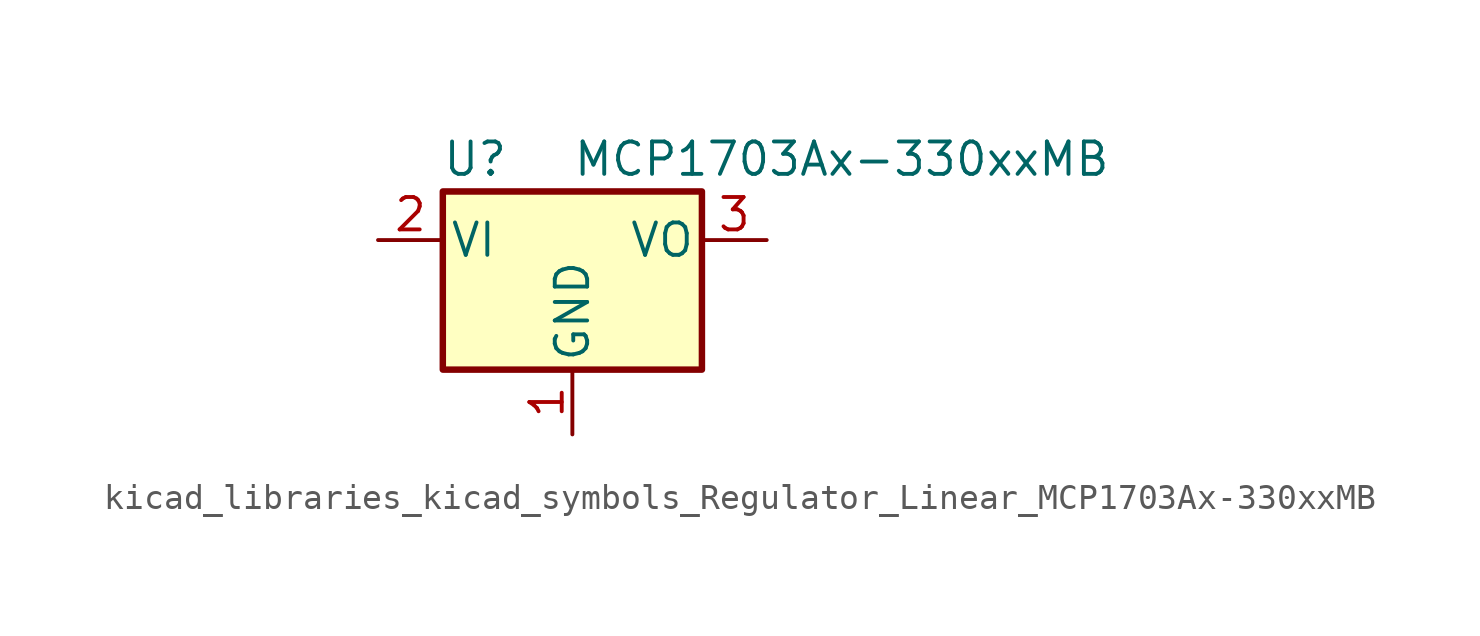
<source format=kicad_sym>
(kicad_symbol_lib
  (version 20220914)
  (generator kicad_symbol_editor)
  (symbol "kicad_libraries_kicad_symbols_Regulator_Linear_MCP1703Ax-330xxMB"
    (pin_names
      (offset 0.254))
    (property "Reference" "U"
      (at -3.81 3.175 0)
      (effects (font (size 1.27 1.27))))
    (property "Value" "MCP1703Ax-330xxMB"
      (at 0 3.175 0)
      (effects (font (size 1.27 1.27)) (justify left)))
    (symbol "kicad_libraries_kicad_symbols_Regulator_Linear_MCP1703Ax-330xxMB_0_1"
      (rectangle (start -5.08 -5.08) (end 5.08 1.905) (stroke (width 0.254) (type default)) (fill (type background))))
    (symbol "kicad_libraries_kicad_symbols_Regulator_Linear_MCP1703Ax-330xxMB_1_1"
      (pin power_in line (at 0 -7.62 90) (length 2.54) (name "GND" (effects (font (size 1.27 1.27)))) (number "1" (effects (font (size 1.27 1.27)))))
      (pin power_in line (at -7.62 0 0) (length 2.54) (name "VI" (effects (font (size 1.27 1.27)))) (number "2" (effects (font (size 1.27 1.27)))))
      (pin power_out line (at 7.62 0 180) (length 2.54) (name "VO" (effects (font (size 1.27 1.27)))) (number "3" (effects (font (size 1.27 1.27))))))))
</source>
